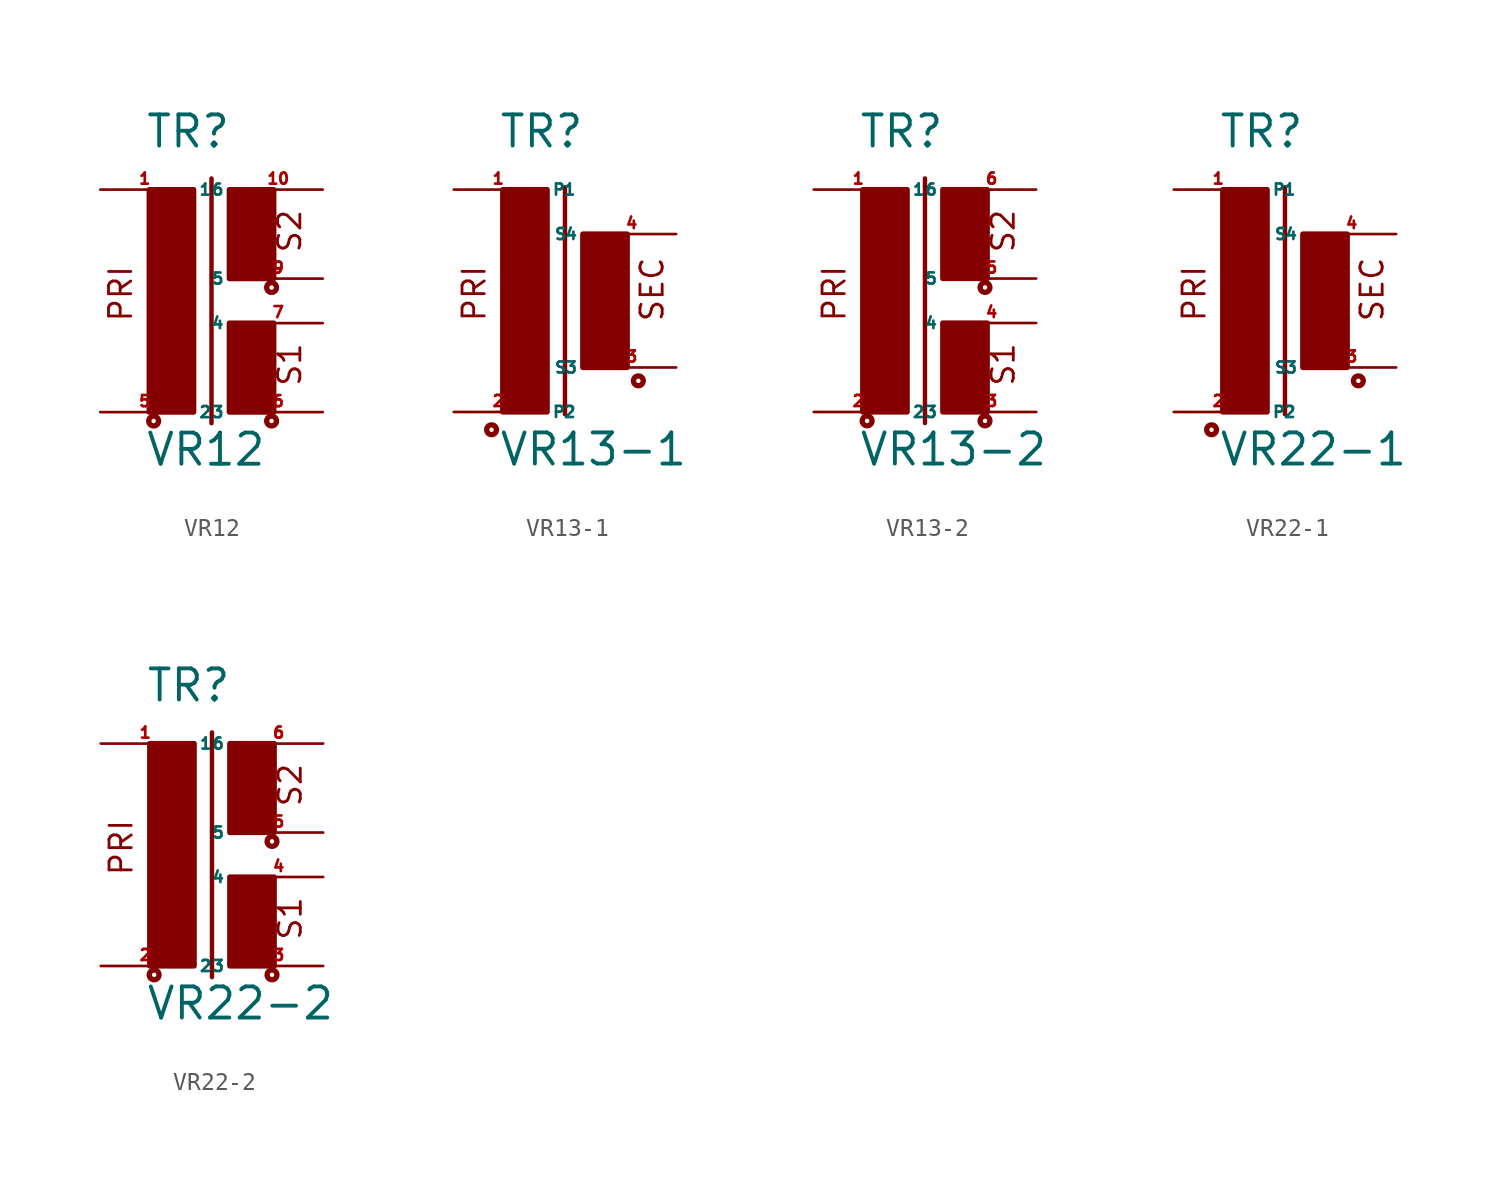
<source format=kicad_sym>
(kicad_symbol_lib
  (version 20220914)
  (generator Eagle2Kicad)
  (symbol "VR12"
    (property "Reference" "TR"
      (at -2.54 7.366 0)
      (effects (font (size 1.778 1.778) (thickness 0.22)) (justify left bottom)))
    (property "Value" "VR12"
      (at -2.54 -10.795 0)
      (effects (font (size 1.778 1.778) (thickness 0.22)) (justify left bottom)))
    (polyline
      (pts (xy 1.27 5.715) (xy 1.27 -8.255))
      (stroke (width 0.254) (type default))
      (fill (type none)))
    (text "PRI"
      (at -3.175 -2.54 900)
      (effects (font (size 1.27 1.27) (thickness 0.16)) (justify left bottom)))
    (text "S1"
      (at 6.477 -6.223 900)
      (effects (font (size 1.27 1.27) (thickness 0.16)) (justify left bottom)))
    (text "S2"
      (at 6.477 1.397 900)
      (effects (font (size 1.27 1.27) (thickness 0.16)) (justify left bottom)))
    (circle
      (center -2.032 -8.128)
      (radius 0.127)
      (stroke (width 0.305) (type default))
      (fill (type none)))
    (circle
      (center 4.699 -8.128)
      (radius 0.127)
      (stroke (width 0.305) (type default))
      (fill (type none)))
    (circle
      (center 4.699 -0.508)
      (radius 0.127)
      (stroke (width 0.305) (type default))
      (fill (type none)))
    (rectangle
      (start -2.286 -7.62)
      (end 0.254 5.08)
      (stroke (width 0.3) (type default))
      (fill (type outline)))
    (rectangle
      (start 2.286 0)
      (end 4.826 5.08)
      (stroke (width 0.3) (type default))
      (fill (type outline)))
    (rectangle
      (start 2.286 -7.62)
      (end 4.826 -2.54)
      (stroke (width 0.3) (type default))
      (fill (type outline)))
    (pin passive line
      (at -5.08 5.08 0)
      (length 5.08)
      (name "1" (effects (font (size 0.635 0.635) (thickness 0.08)) (justify left bottom)))
      (number "1" (effects (font (size 0.635 0.635) (thickness 0.08)) (justify left bottom))))
    (pin passive line
      (at -5.08 -7.62 0)
      (length 5.08)
      (name "2" (effects (font (size 0.635 0.635) (thickness 0.08)) (justify left bottom)))
      (number "5" (effects (font (size 0.635 0.635) (thickness 0.08)) (justify left bottom))))
    (pin passive line
      (at 7.62 -7.62 180)
      (length 5.08)
      (name "3" (effects (font (size 0.635 0.635) (thickness 0.08)) (justify left bottom)))
      (number "6" (effects (font (size 0.635 0.635) (thickness 0.08)) (justify left bottom))))
    (pin passive line
      (at 7.62 -2.54 180)
      (length 5.08)
      (name "4" (effects (font (size 0.635 0.635) (thickness 0.08)) (justify left bottom)))
      (number "7" (effects (font (size 0.635 0.635) (thickness 0.08)) (justify left bottom))))
    (pin passive line
      (at 7.62 0 180)
      (length 5.08)
      (name "5" (effects (font (size 0.635 0.635) (thickness 0.08)) (justify left bottom)))
      (number "9" (effects (font (size 0.635 0.635) (thickness 0.08)) (justify left bottom))))
    (pin passive line
      (at 7.62 5.08 180)
      (length 5.08)
      (name "6" (effects (font (size 0.635 0.635) (thickness 0.08)) (justify left bottom)))
      (number "10" (effects (font (size 0.635 0.635) (thickness 0.08)) (justify left bottom)))))
  (symbol "VR13-1"
    (property "Reference" "TR"
      (at -2.54 7.366 0)
      (effects (font (size 1.778 1.778) (thickness 0.22)) (justify left bottom)))
    (property "Value" "VR13-1"
      (at -2.54 -10.795 0)
      (effects (font (size 1.778 1.778) (thickness 0.22)) (justify left bottom)))
    (polyline
      (pts (xy 1.27 5.207) (xy 1.27 -7.747))
      (stroke (width 0.254) (type default))
      (fill (type none)))
    (text "PRI"
      (at -3.175 -2.54 900)
      (effects (font (size 1.27 1.27) (thickness 0.16)) (justify left bottom)))
    (text "SEC"
      (at 6.985 -2.54 900)
      (effects (font (size 1.27 1.27) (thickness 0.16)) (justify left bottom)))
    (circle
      (center -2.921 -8.636)
      (radius 0.127)
      (stroke (width 0.305) (type default))
      (fill (type none)))
    (circle
      (center 5.461 -5.842)
      (radius 0.127)
      (stroke (width 0.305) (type default))
      (fill (type none)))
    (rectangle
      (start -2.286 -7.62)
      (end 0.254 5.08)
      (stroke (width 0.3) (type default))
      (fill (type outline)))
    (rectangle
      (start 2.286 -5.08)
      (end 4.826 2.54)
      (stroke (width 0.3) (type default))
      (fill (type outline)))
    (pin passive line
      (at -5.08 5.08 0)
      (length 5.08)
      (name "P1" (effects (font (size 0.635 0.635) (thickness 0.08)) (justify left bottom)))
      (number "1" (effects (font (size 0.635 0.635) (thickness 0.08)) (justify left bottom))))
    (pin passive line
      (at -5.08 -7.62 0)
      (length 5.08)
      (name "P2" (effects (font (size 0.635 0.635) (thickness 0.08)) (justify left bottom)))
      (number "2" (effects (font (size 0.635 0.635) (thickness 0.08)) (justify left bottom))))
    (pin passive line
      (at 7.62 -5.08 180)
      (length 5.08)
      (name "S3" (effects (font (size 0.635 0.635) (thickness 0.08)) (justify left bottom)))
      (number "3" (effects (font (size 0.635 0.635) (thickness 0.08)) (justify left bottom))))
    (pin passive line
      (at 7.62 2.54 180)
      (length 5.08)
      (name "S4" (effects (font (size 0.635 0.635) (thickness 0.08)) (justify left bottom)))
      (number "4" (effects (font (size 0.635 0.635) (thickness 0.08)) (justify left bottom)))))
  (symbol "VR13-2"
    (property "Reference" "TR"
      (at -2.54 7.366 0)
      (effects (font (size 1.778 1.778) (thickness 0.22)) (justify left bottom)))
    (property "Value" "VR13-2"
      (at -2.54 -10.795 0)
      (effects (font (size 1.778 1.778) (thickness 0.22)) (justify left bottom)))
    (polyline
      (pts (xy 1.27 5.715) (xy 1.27 -8.255))
      (stroke (width 0.254) (type default))
      (fill (type none)))
    (text "PRI"
      (at -3.175 -2.54 900)
      (effects (font (size 1.27 1.27) (thickness 0.16)) (justify left bottom)))
    (text "S1"
      (at 6.477 -6.223 900)
      (effects (font (size 1.27 1.27) (thickness 0.16)) (justify left bottom)))
    (text "S2"
      (at 6.477 1.397 900)
      (effects (font (size 1.27 1.27) (thickness 0.16)) (justify left bottom)))
    (circle
      (center -2.032 -8.128)
      (radius 0.127)
      (stroke (width 0.305) (type default))
      (fill (type none)))
    (circle
      (center 4.699 -8.128)
      (radius 0.127)
      (stroke (width 0.305) (type default))
      (fill (type none)))
    (circle
      (center 4.699 -0.508)
      (radius 0.127)
      (stroke (width 0.305) (type default))
      (fill (type none)))
    (rectangle
      (start -2.286 -7.62)
      (end 0.254 5.08)
      (stroke (width 0.3) (type default))
      (fill (type outline)))
    (rectangle
      (start 2.286 0)
      (end 4.826 5.08)
      (stroke (width 0.3) (type default))
      (fill (type outline)))
    (rectangle
      (start 2.286 -7.62)
      (end 4.826 -2.54)
      (stroke (width 0.3) (type default))
      (fill (type outline)))
    (pin passive line
      (at -5.08 5.08 0)
      (length 5.08)
      (name "1" (effects (font (size 0.635 0.635) (thickness 0.08)) (justify left bottom)))
      (number "1" (effects (font (size 0.635 0.635) (thickness 0.08)) (justify left bottom))))
    (pin passive line
      (at -5.08 -7.62 0)
      (length 5.08)
      (name "2" (effects (font (size 0.635 0.635) (thickness 0.08)) (justify left bottom)))
      (number "2" (effects (font (size 0.635 0.635) (thickness 0.08)) (justify left bottom))))
    (pin passive line
      (at 7.62 -7.62 180)
      (length 5.08)
      (name "3" (effects (font (size 0.635 0.635) (thickness 0.08)) (justify left bottom)))
      (number "3" (effects (font (size 0.635 0.635) (thickness 0.08)) (justify left bottom))))
    (pin passive line
      (at 7.62 -2.54 180)
      (length 5.08)
      (name "4" (effects (font (size 0.635 0.635) (thickness 0.08)) (justify left bottom)))
      (number "4" (effects (font (size 0.635 0.635) (thickness 0.08)) (justify left bottom))))
    (pin passive line
      (at 7.62 0 180)
      (length 5.08)
      (name "5" (effects (font (size 0.635 0.635) (thickness 0.08)) (justify left bottom)))
      (number "5" (effects (font (size 0.635 0.635) (thickness 0.08)) (justify left bottom))))
    (pin passive line
      (at 7.62 5.08 180)
      (length 5.08)
      (name "6" (effects (font (size 0.635 0.635) (thickness 0.08)) (justify left bottom)))
      (number "6" (effects (font (size 0.635 0.635) (thickness 0.08)) (justify left bottom)))))
  (symbol "VR22-1"
    (property "Reference" "TR"
      (at -2.54 7.366 0)
      (effects (font (size 1.778 1.778) (thickness 0.22)) (justify left bottom)))
    (property "Value" "VR22-1"
      (at -2.54 -10.795 0)
      (effects (font (size 1.778 1.778) (thickness 0.22)) (justify left bottom)))
    (polyline
      (pts (xy 1.27 5.207) (xy 1.27 -7.747))
      (stroke (width 0.254) (type default))
      (fill (type none)))
    (text "PRI"
      (at -3.175 -2.54 900)
      (effects (font (size 1.27 1.27) (thickness 0.16)) (justify left bottom)))
    (text "SEC"
      (at 6.985 -2.54 900)
      (effects (font (size 1.27 1.27) (thickness 0.16)) (justify left bottom)))
    (circle
      (center -2.921 -8.636)
      (radius 0.127)
      (stroke (width 0.305) (type default))
      (fill (type none)))
    (circle
      (center 5.461 -5.842)
      (radius 0.127)
      (stroke (width 0.305) (type default))
      (fill (type none)))
    (rectangle
      (start -2.286 -7.62)
      (end 0.254 5.08)
      (stroke (width 0.3) (type default))
      (fill (type outline)))
    (rectangle
      (start 2.286 -5.08)
      (end 4.826 2.54)
      (stroke (width 0.3) (type default))
      (fill (type outline)))
    (pin passive line
      (at -5.08 5.08 0)
      (length 5.08)
      (name "P1" (effects (font (size 0.635 0.635) (thickness 0.08)) (justify left bottom)))
      (number "1" (effects (font (size 0.635 0.635) (thickness 0.08)) (justify left bottom))))
    (pin passive line
      (at -5.08 -7.62 0)
      (length 5.08)
      (name "P2" (effects (font (size 0.635 0.635) (thickness 0.08)) (justify left bottom)))
      (number "2" (effects (font (size 0.635 0.635) (thickness 0.08)) (justify left bottom))))
    (pin passive line
      (at 7.62 -5.08 180)
      (length 5.08)
      (name "S3" (effects (font (size 0.635 0.635) (thickness 0.08)) (justify left bottom)))
      (number "3" (effects (font (size 0.635 0.635) (thickness 0.08)) (justify left bottom))))
    (pin passive line
      (at 7.62 2.54 180)
      (length 5.08)
      (name "S4" (effects (font (size 0.635 0.635) (thickness 0.08)) (justify left bottom)))
      (number "4" (effects (font (size 0.635 0.635) (thickness 0.08)) (justify left bottom)))))
  (symbol "VR22-2"
    (property "Reference" "TR"
      (at -2.54 7.366 0)
      (effects (font (size 1.778 1.778) (thickness 0.22)) (justify left bottom)))
    (property "Value" "VR22-2"
      (at -2.54 -10.795 0)
      (effects (font (size 1.778 1.778) (thickness 0.22)) (justify left bottom)))
    (polyline
      (pts (xy 1.27 5.715) (xy 1.27 -8.255))
      (stroke (width 0.254) (type default))
      (fill (type none)))
    (text "PRI"
      (at -3.175 -2.54 900)
      (effects (font (size 1.27 1.27) (thickness 0.16)) (justify left bottom)))
    (text "S1"
      (at 6.477 -6.223 900)
      (effects (font (size 1.27 1.27) (thickness 0.16)) (justify left bottom)))
    (text "S2"
      (at 6.477 1.397 900)
      (effects (font (size 1.27 1.27) (thickness 0.16)) (justify left bottom)))
    (circle
      (center -2.032 -8.128)
      (radius 0.127)
      (stroke (width 0.305) (type default))
      (fill (type none)))
    (circle
      (center 4.699 -8.128)
      (radius 0.127)
      (stroke (width 0.305) (type default))
      (fill (type none)))
    (circle
      (center 4.699 -0.508)
      (radius 0.127)
      (stroke (width 0.305) (type default))
      (fill (type none)))
    (rectangle
      (start -2.286 -7.62)
      (end 0.254 5.08)
      (stroke (width 0.3) (type default))
      (fill (type outline)))
    (rectangle
      (start 2.286 0)
      (end 4.826 5.08)
      (stroke (width 0.3) (type default))
      (fill (type outline)))
    (rectangle
      (start 2.286 -7.62)
      (end 4.826 -2.54)
      (stroke (width 0.3) (type default))
      (fill (type outline)))
    (pin passive line
      (at -5.08 5.08 0)
      (length 5.08)
      (name "1" (effects (font (size 0.635 0.635) (thickness 0.08)) (justify left bottom)))
      (number "1" (effects (font (size 0.635 0.635) (thickness 0.08)) (justify left bottom))))
    (pin passive line
      (at -5.08 -7.62 0)
      (length 5.08)
      (name "2" (effects (font (size 0.635 0.635) (thickness 0.08)) (justify left bottom)))
      (number "2" (effects (font (size 0.635 0.635) (thickness 0.08)) (justify left bottom))))
    (pin passive line
      (at 7.62 -7.62 180)
      (length 5.08)
      (name "3" (effects (font (size 0.635 0.635) (thickness 0.08)) (justify left bottom)))
      (number "3" (effects (font (size 0.635 0.635) (thickness 0.08)) (justify left bottom))))
    (pin passive line
      (at 7.62 -2.54 180)
      (length 5.08)
      (name "4" (effects (font (size 0.635 0.635) (thickness 0.08)) (justify left bottom)))
      (number "4" (effects (font (size 0.635 0.635) (thickness 0.08)) (justify left bottom))))
    (pin passive line
      (at 7.62 0 180)
      (length 5.08)
      (name "5" (effects (font (size 0.635 0.635) (thickness 0.08)) (justify left bottom)))
      (number "5" (effects (font (size 0.635 0.635) (thickness 0.08)) (justify left bottom))))
    (pin passive line
      (at 7.62 5.08 180)
      (length 5.08)
      (name "6" (effects (font (size 0.635 0.635) (thickness 0.08)) (justify left bottom)))
      (number "6" (effects (font (size 0.635 0.635) (thickness 0.08)) (justify left bottom))))))
</source>
